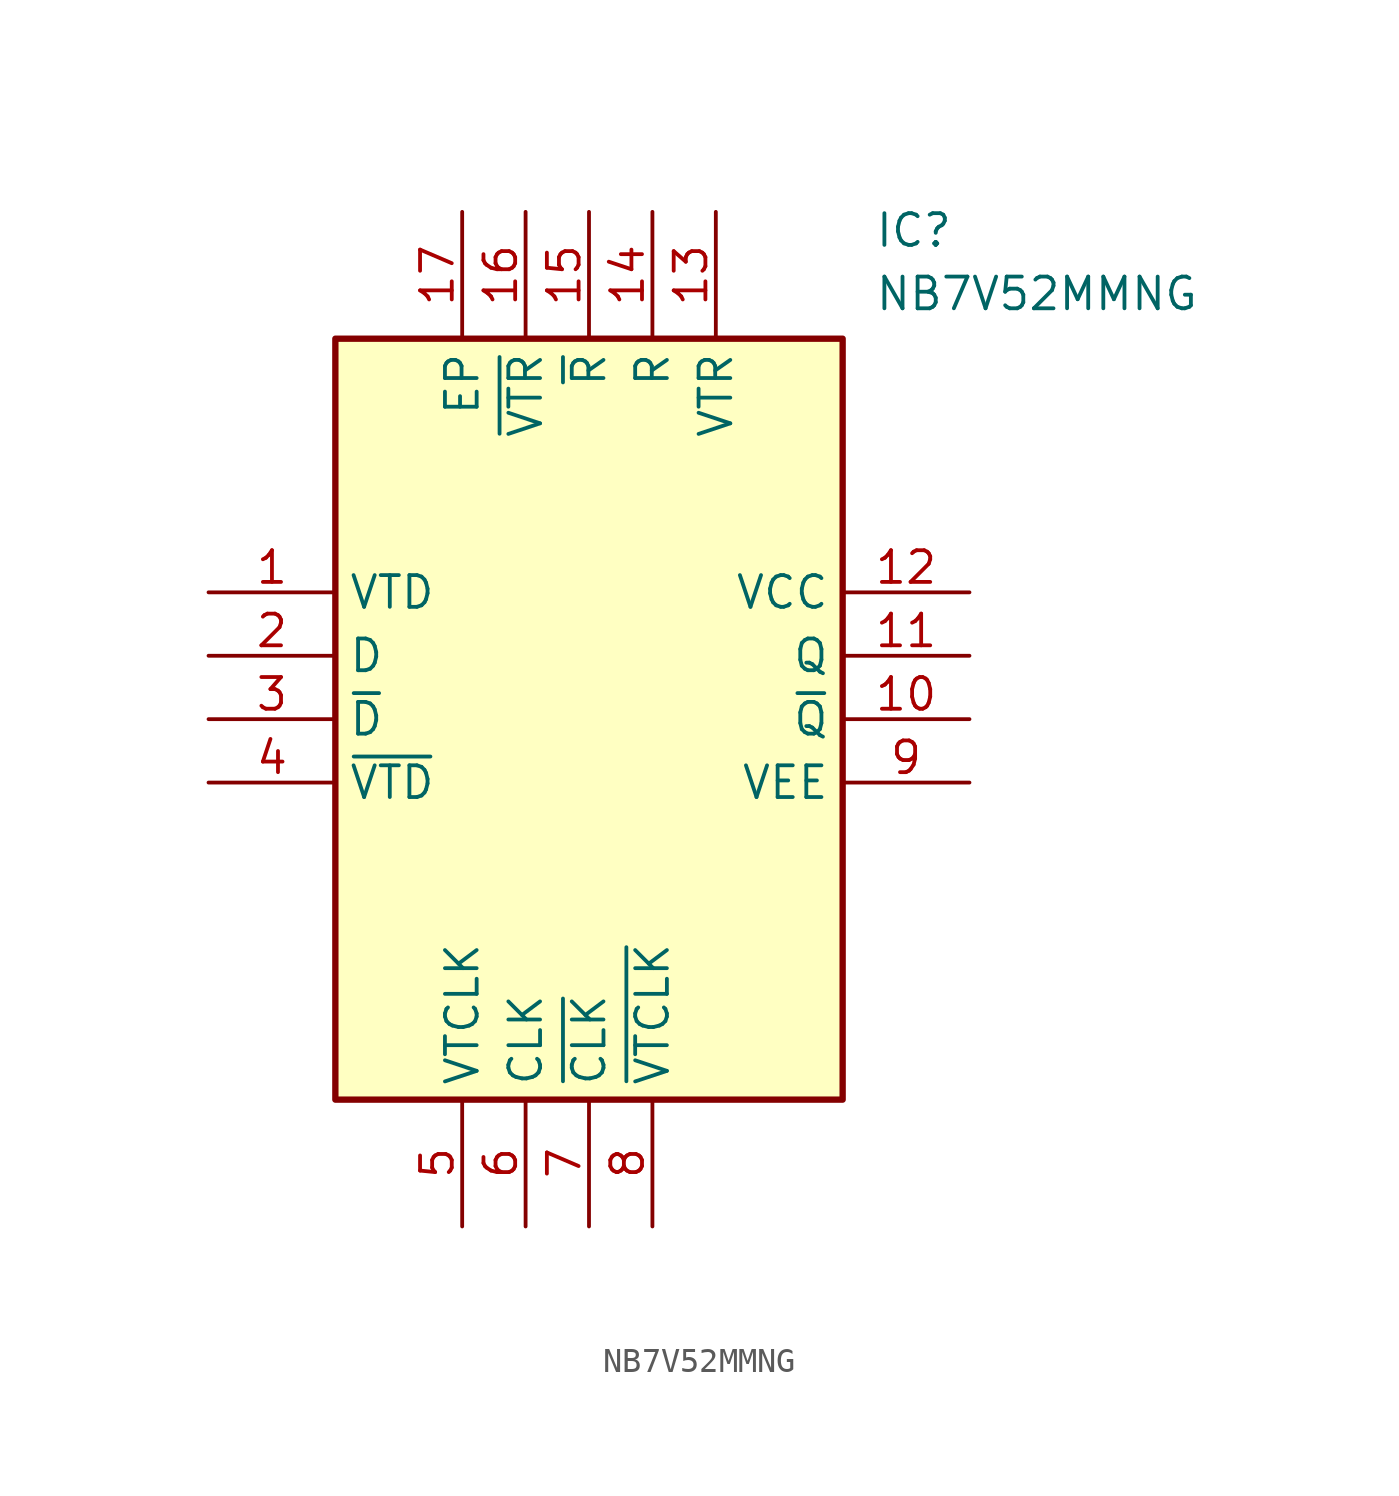
<source format=kicad_sym>
(kicad_symbol_lib
  (version 20211014)
  (generator SamacSys_ECAD_Model)
  (symbol "NB7V52MMNG"
    (property "Reference" "IC"
      (at 26.67 15.24 0)
      (effects (font (size 1.27 1.27)) (justify left top)))
    (property "Value" "NB7V52MMNG"
      (at 26.67 12.7 0)
      (effects (font (size 1.27 1.27)) (justify left top)))
    (rectangle
      (start 5.08 10.16)
      (end 25.4 -20.32)
      (stroke (width 0.254) (type default))
      (fill (type background)))
    (pin passive line
      (at 0 0 0)
      (length 5.08)
      (name "VTD" (effects (font (size 1.27 1.27))))
      (number "1" (effects (font (size 1.27 1.27)))))
    (pin passive line
      (at 0 -2.54 0)
      (length 5.08)
      (name "D" (effects (font (size 1.27 1.27))))
      (number "2" (effects (font (size 1.27 1.27)))))
    (pin passive line
      (at 0 -5.08 0)
      (length 5.08)
      (name "~{D}" (effects (font (size 1.27 1.27))))
      (number "3" (effects (font (size 1.27 1.27)))))
    (pin passive line
      (at 0 -7.62 0)
      (length 5.08)
      (name "~{VTD}" (effects (font (size 1.27 1.27))))
      (number "4" (effects (font (size 1.27 1.27)))))
    (pin passive line
      (at 10.16 -25.4 90)
      (length 5.08)
      (name "VTCLK" (effects (font (size 1.27 1.27))))
      (number "5" (effects (font (size 1.27 1.27)))))
    (pin passive line
      (at 12.7 -25.4 90)
      (length 5.08)
      (name "CLK" (effects (font (size 1.27 1.27))))
      (number "6" (effects (font (size 1.27 1.27)))))
    (pin passive line
      (at 15.24 -25.4 90)
      (length 5.08)
      (name "~{CLK}" (effects (font (size 1.27 1.27))))
      (number "7" (effects (font (size 1.27 1.27)))))
    (pin passive line
      (at 17.78 -25.4 90)
      (length 5.08)
      (name "~{VTCLK}" (effects (font (size 1.27 1.27))))
      (number "8" (effects (font (size 1.27 1.27)))))
    (pin passive line
      (at 30.48 0 180)
      (length 5.08)
      (name "VCC" (effects (font (size 1.27 1.27))))
      (number "12" (effects (font (size 1.27 1.27)))))
    (pin passive line
      (at 30.48 -2.54 180)
      (length 5.08)
      (name "Q" (effects (font (size 1.27 1.27))))
      (number "11" (effects (font (size 1.27 1.27)))))
    (pin passive line
      (at 30.48 -5.08 180)
      (length 5.08)
      (name "~{Q}" (effects (font (size 1.27 1.27))))
      (number "10" (effects (font (size 1.27 1.27)))))
    (pin passive line
      (at 30.48 -7.62 180)
      (length 5.08)
      (name "VEE" (effects (font (size 1.27 1.27))))
      (number "9" (effects (font (size 1.27 1.27)))))
    (pin passive line
      (at 10.16 15.24 270)
      (length 5.08)
      (name "EP" (effects (font (size 1.27 1.27))))
      (number "17" (effects (font (size 1.27 1.27)))))
    (pin passive line
      (at 12.7 15.24 270)
      (length 5.08)
      (name "~{VTR}" (effects (font (size 1.27 1.27))))
      (number "16" (effects (font (size 1.27 1.27)))))
    (pin passive line
      (at 15.24 15.24 270)
      (length 5.08)
      (name "~{R}" (effects (font (size 1.27 1.27))))
      (number "15" (effects (font (size 1.27 1.27)))))
    (pin passive line
      (at 17.78 15.24 270)
      (length 5.08)
      (name "R" (effects (font (size 1.27 1.27))))
      (number "14" (effects (font (size 1.27 1.27)))))
    (pin passive line
      (at 20.32 15.24 270)
      (length 5.08)
      (name "VTR" (effects (font (size 1.27 1.27))))
      (number "13" (effects (font (size 1.27 1.27)))))))
</source>
